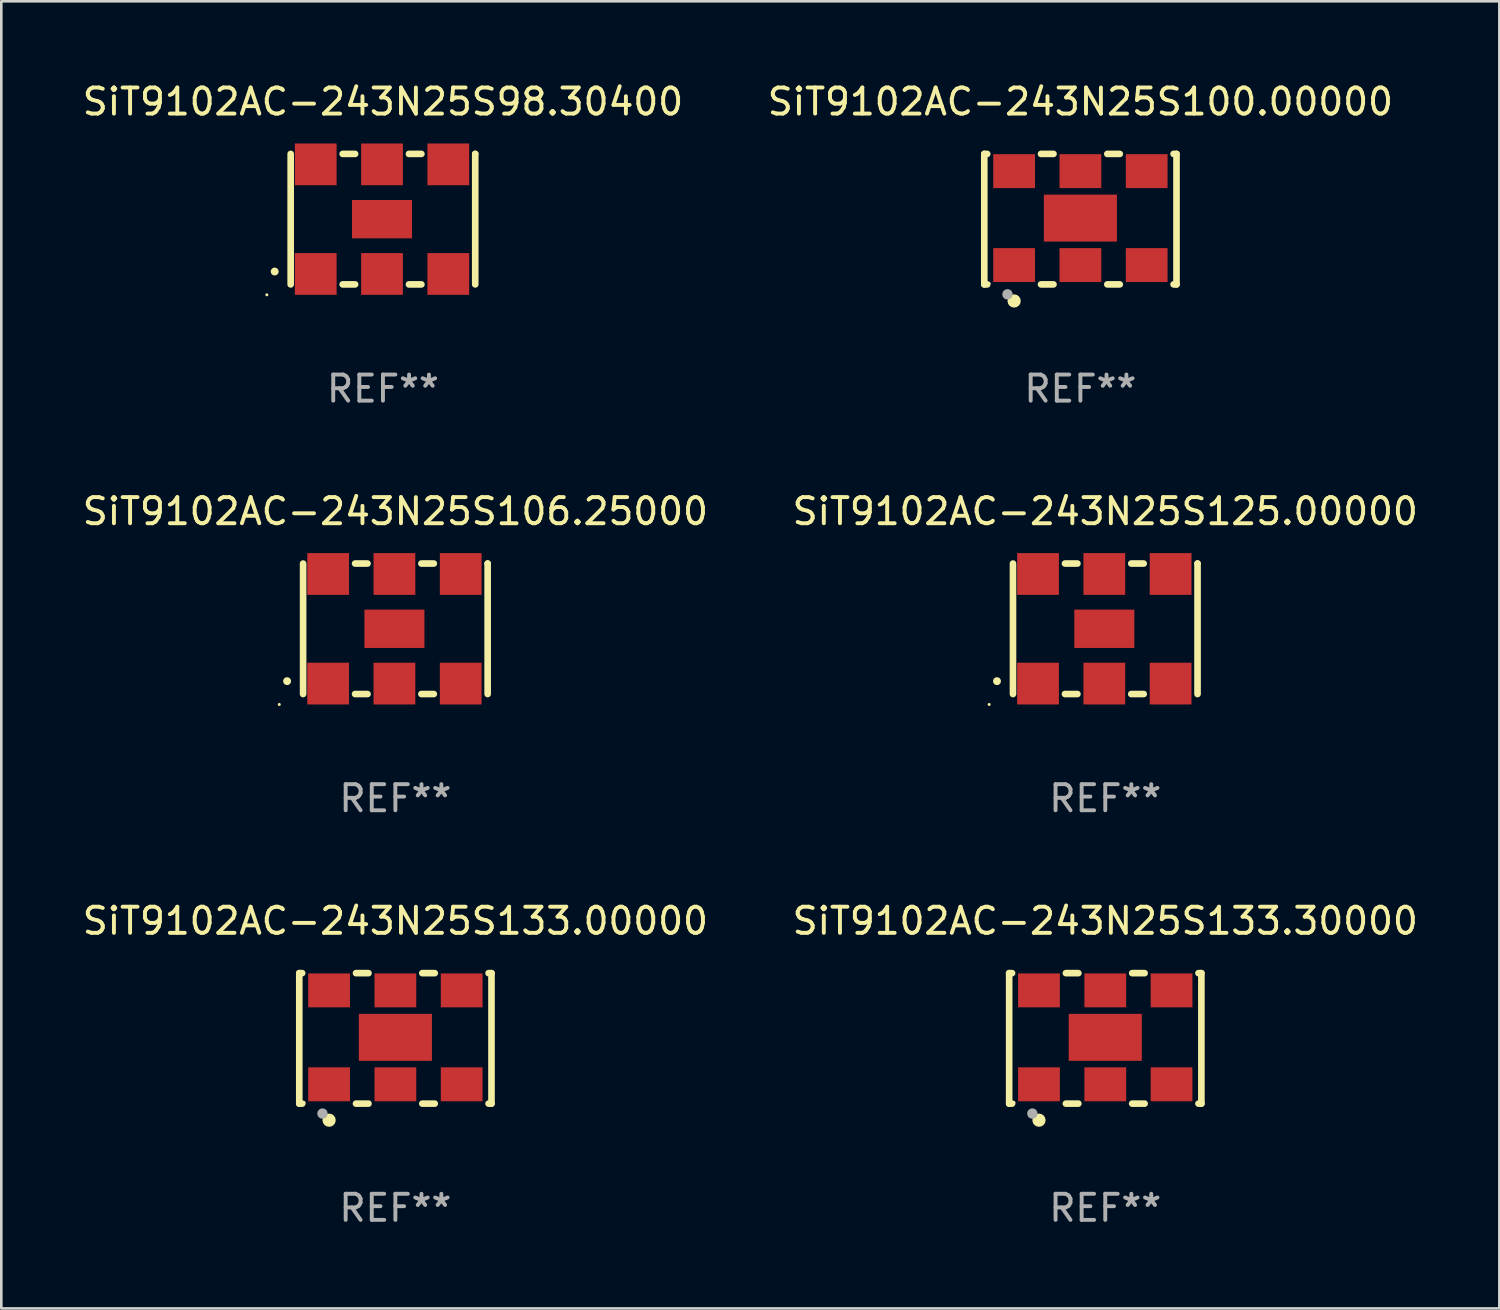
<source format=kicad_pcb>
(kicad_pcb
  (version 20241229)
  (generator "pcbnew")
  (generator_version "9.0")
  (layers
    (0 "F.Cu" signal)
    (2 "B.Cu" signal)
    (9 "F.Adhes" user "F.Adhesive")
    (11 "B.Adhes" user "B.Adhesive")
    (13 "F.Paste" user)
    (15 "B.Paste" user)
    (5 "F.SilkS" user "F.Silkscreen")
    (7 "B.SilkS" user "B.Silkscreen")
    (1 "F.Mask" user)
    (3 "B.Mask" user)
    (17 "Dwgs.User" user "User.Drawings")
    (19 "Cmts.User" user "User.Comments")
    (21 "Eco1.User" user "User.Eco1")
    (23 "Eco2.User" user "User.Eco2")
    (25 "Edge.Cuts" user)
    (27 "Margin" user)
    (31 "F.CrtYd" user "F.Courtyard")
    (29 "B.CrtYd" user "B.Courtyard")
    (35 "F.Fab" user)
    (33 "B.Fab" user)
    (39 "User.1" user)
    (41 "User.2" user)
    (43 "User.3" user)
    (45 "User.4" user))
  (footprint "SiT9102AC-243N25S100.00000"
    (layer "F.Cu")
    (at 38.351 5.348)
    (property "Reference" "SiT9102AC-243N25S100.00000" (at 0 -4.5 0) (layer "F.SilkS") (effects (font (size 1 1) (thickness 0.15))))
    (attr through_hole)
    (fp_line (start -3.683 -2.5) (end -3.571 -2.5) (stroke (width 0.254) (type solid)) (layer "F.SilkS"))
    (fp_line (start -3.683 2.5) (end -3.683 -2.5) (stroke (width 0.254) (type solid)) (layer "F.SilkS"))
    (fp_line (start -3.683 2.5) (end -3.571 2.5) (stroke (width 0.254) (type solid)) (layer "F.SilkS"))
    (fp_line (start -1.509 -2.5) (end -1.031 -2.5) (stroke (width 0.254) (type solid)) (layer "F.SilkS"))
    (fp_line (start -1.509 2.5) (end -1.031 2.5) (stroke (width 0.254) (type solid)) (layer "F.SilkS"))
    (fp_line (start 1.031 -2.5) (end 1.509 -2.5) (stroke (width 0.254) (type solid)) (layer "F.SilkS"))
    (fp_line (start 1.031 2.5) (end 1.509 2.5) (stroke (width 0.254) (type solid)) (layer "F.SilkS"))
    (fp_line (start 3.571 -2.5) (end 3.683 -2.5) (stroke (width 0.254) (type solid)) (layer "F.SilkS"))
    (fp_line (start 3.571 2.5) (end 3.683 2.5) (stroke (width 0.254) (type solid)) (layer "F.SilkS"))
    (fp_line (start 3.683 2.5) (end 3.683 -2.5) (stroke (width 0.254) (type solid)) (layer "F.SilkS"))
    (fp_circle (center -3.5 2.46) (end -3.47 2.46) (stroke (width 0.06) (type solid)) (fill no) (layer "F.SilkS"))
    (fp_circle (center -2.54 3.135) (end -2.413 3.135) (stroke (width 0.254) (type solid)) (fill no) (layer "F.SilkS"))
    (fp_circle (center -2.794 2.881) (end -2.694 2.881) (stroke (width 0.2) (type solid)) (fill no) (layer "F.Fab"))
    (fp_text user "REF**" (at 0 6.5 0) (layer "F.Fab") (effects (font (size 1 1) (thickness 0.15))))
    (pad "1" smd rect (at -2.54 1.76) (size 1.6 1.3) (layers "F.Cu" "F.Mask" "F.Paste"))
    (pad "2" smd rect (at 0 1.76) (size 1.6 1.3) (layers "F.Cu" "F.Mask" "F.Paste"))
    (pad "3" smd rect (at 2.54 1.76) (size 1.6 1.3) (layers "F.Cu" "F.Mask" "F.Paste"))
    (pad "4" smd rect (at 2.54 -1.84) (size 1.6 1.3) (layers "F.Cu" "F.Mask" "F.Paste"))
    (pad "5" smd rect (at 0 -1.84) (size 1.6 1.3) (layers "F.Cu" "F.Mask" "F.Paste"))
    (pad "6" smd rect (at -2.54 -1.84) (size 1.6 1.3) (layers "F.Cu" "F.Mask" "F.Paste"))
    (pad "7" smd rect (at 0 -0.04) (size 2.8 1.8) (layers "F.Cu" "F.Mask" "F.Paste")))
  (footprint "SiT9102AC-243N25S133.00000"
    (layer "F.Cu")
    (at 12.101 36.741)
    (property "Reference" "SiT9102AC-243N25S133.00000" (at 0 -4.5 0) (layer "F.SilkS") (effects (font (size 1 1) (thickness 0.15))))
    (attr through_hole)
    (fp_line (start -3.683 -2.5) (end -3.571 -2.5) (stroke (width 0.254) (type solid)) (layer "F.SilkS"))
    (fp_line (start -3.683 2.5) (end -3.683 -2.5) (stroke (width 0.254) (type solid)) (layer "F.SilkS"))
    (fp_line (start -3.683 2.5) (end -3.571 2.5) (stroke (width 0.254) (type solid)) (layer "F.SilkS"))
    (fp_line (start -1.509 -2.5) (end -1.031 -2.5) (stroke (width 0.254) (type solid)) (layer "F.SilkS"))
    (fp_line (start -1.509 2.5) (end -1.031 2.5) (stroke (width 0.254) (type solid)) (layer "F.SilkS"))
    (fp_line (start 1.031 -2.5) (end 1.509 -2.5) (stroke (width 0.254) (type solid)) (layer "F.SilkS"))
    (fp_line (start 1.031 2.5) (end 1.509 2.5) (stroke (width 0.254) (type solid)) (layer "F.SilkS"))
    (fp_line (start 3.571 -2.5) (end 3.683 -2.5) (stroke (width 0.254) (type solid)) (layer "F.SilkS"))
    (fp_line (start 3.571 2.5) (end 3.683 2.5) (stroke (width 0.254) (type solid)) (layer "F.SilkS"))
    (fp_line (start 3.683 2.5) (end 3.683 -2.5) (stroke (width 0.254) (type solid)) (layer "F.SilkS"))
    (fp_circle (center -3.5 2.46) (end -3.47 2.46) (stroke (width 0.06) (type solid)) (fill no) (layer "F.SilkS"))
    (fp_circle (center -2.54 3.135) (end -2.413 3.135) (stroke (width 0.254) (type solid)) (fill no) (layer "F.SilkS"))
    (fp_circle (center -2.794 2.881) (end -2.694 2.881) (stroke (width 0.2) (type solid)) (fill no) (layer "F.Fab"))
    (fp_text user "REF**" (at 0 6.5 0) (layer "F.Fab") (effects (font (size 1 1) (thickness 0.15))))
    (pad "1" smd rect (at -2.54 1.76) (size 1.6 1.3) (layers "F.Cu" "F.Mask" "F.Paste"))
    (pad "2" smd rect (at 0 1.76) (size 1.6 1.3) (layers "F.Cu" "F.Mask" "F.Paste"))
    (pad "3" smd rect (at 2.54 1.76) (size 1.6 1.3) (layers "F.Cu" "F.Mask" "F.Paste"))
    (pad "4" smd rect (at 2.54 -1.84) (size 1.6 1.3) (layers "F.Cu" "F.Mask" "F.Paste"))
    (pad "5" smd rect (at 0 -1.84) (size 1.6 1.3) (layers "F.Cu" "F.Mask" "F.Paste"))
    (pad "6" smd rect (at -2.54 -1.84) (size 1.6 1.3) (layers "F.Cu" "F.Mask" "F.Paste"))
    (pad "7" smd rect (at 0 -0.04) (size 2.8 1.8) (layers "F.Cu" "F.Mask" "F.Paste")))
  (footprint "SiT9102AC-243N25S106.25000"
    (layer "F.Cu")
    (at 12.101 21.045)
    (property "Reference" "SiT9102AC-243N25S106.25000" (at 0 -4.5 0) (layer "F.SilkS") (effects (font (size 1 1) (thickness 0.15))))
    (attr through_hole)
    (fp_line (start -3.536 -2.5) (end -3.536 2.5) (stroke (width 0.254) (type solid)) (layer "F.SilkS"))
    (fp_line (start -1.544 2.5) (end -1.067 2.5) (stroke (width 0.254) (type solid)) (layer "F.SilkS"))
    (fp_line (start -1.067 -2.5) (end -1.544 -2.5) (stroke (width 0.254) (type solid)) (layer "F.SilkS"))
    (fp_line (start 0.996 2.5) (end 1.473 2.5) (stroke (width 0.254) (type solid)) (layer "F.SilkS"))
    (fp_line (start 1.473 -2.5) (end 0.996 -2.5) (stroke (width 0.254) (type solid)) (layer "F.SilkS"))
    (fp_line (start 3.536 -2.5) (end 3.536 -2.5) (stroke (width 0.254) (type solid)) (layer "F.SilkS"))
    (fp_line (start 3.536 2.5) (end 3.536 -2.5) (stroke (width 0.254) (type solid)) (layer "F.SilkS"))
    (fp_arc (start -4.150432 2.006604) (mid -4.149162 2.006599) (end -4.147892 2.006604) (stroke (width 0.3) (type solid)) (layer "F.SilkS"))
    (fp_circle (center -4.449 2.9) (end -4.419 2.9) (stroke (width 0.06) (type solid)) (fill no) (layer "F.SilkS"))
    (fp_text user "REF**" (at 0 6.5 0) (layer "F.Fab") (effects (font (size 1 1) (thickness 0.15))))
    (pad "1" smd rect (at -2.576 2.1) (size 1.6 1.6) (layers "F.Cu" "F.Mask" "F.Paste"))
    (pad "2" smd rect (at -0.036 2.1) (size 1.6 1.6) (layers "F.Cu" "F.Mask" "F.Paste"))
    (pad "3" smd rect (at 2.504 2.1) (size 1.6 1.6) (layers "F.Cu" "F.Mask" "F.Paste"))
    (pad "4" smd rect (at 2.504 -2.1) (size 1.6 1.6) (layers "F.Cu" "F.Mask" "F.Paste"))
    (pad "5" smd rect (at -0.036 -2.1) (size 1.6 1.6) (layers "F.Cu" "F.Mask" "F.Paste"))
    (pad "6" smd rect (at -2.576 -2.1) (size 1.6 1.6) (layers "F.Cu" "F.Mask" "F.Paste"))
    (pad "7" smd rect (at -0.036 0) (size 2.3 1.47) (layers "F.Cu" "F.Mask" "F.Paste")))
  (footprint "SiT9102AC-243N25S133.30000"
    (layer "F.Cu")
    (at 39.304 36.741)
    (property "Reference" "SiT9102AC-243N25S133.30000" (at 0 -4.5 0) (layer "F.SilkS") (effects (font (size 1 1) (thickness 0.15))))
    (attr through_hole)
    (fp_line (start -3.683 -2.5) (end -3.571 -2.5) (stroke (width 0.254) (type solid)) (layer "F.SilkS"))
    (fp_line (start -3.683 2.5) (end -3.683 -2.5) (stroke (width 0.254) (type solid)) (layer "F.SilkS"))
    (fp_line (start -3.683 2.5) (end -3.571 2.5) (stroke (width 0.254) (type solid)) (layer "F.SilkS"))
    (fp_line (start -1.509 -2.5) (end -1.031 -2.5) (stroke (width 0.254) (type solid)) (layer "F.SilkS"))
    (fp_line (start -1.509 2.5) (end -1.031 2.5) (stroke (width 0.254) (type solid)) (layer "F.SilkS"))
    (fp_line (start 1.031 -2.5) (end 1.509 -2.5) (stroke (width 0.254) (type solid)) (layer "F.SilkS"))
    (fp_line (start 1.031 2.5) (end 1.509 2.5) (stroke (width 0.254) (type solid)) (layer "F.SilkS"))
    (fp_line (start 3.571 -2.5) (end 3.683 -2.5) (stroke (width 0.254) (type solid)) (layer "F.SilkS"))
    (fp_line (start 3.571 2.5) (end 3.683 2.5) (stroke (width 0.254) (type solid)) (layer "F.SilkS"))
    (fp_line (start 3.683 2.5) (end 3.683 -2.5) (stroke (width 0.254) (type solid)) (layer "F.SilkS"))
    (fp_circle (center -3.5 2.46) (end -3.47 2.46) (stroke (width 0.06) (type solid)) (fill no) (layer "F.SilkS"))
    (fp_circle (center -2.54 3.135) (end -2.413 3.135) (stroke (width 0.254) (type solid)) (fill no) (layer "F.SilkS"))
    (fp_circle (center -2.794 2.881) (end -2.694 2.881) (stroke (width 0.2) (type solid)) (fill no) (layer "F.Fab"))
    (fp_text user "REF**" (at 0 6.5 0) (layer "F.Fab") (effects (font (size 1 1) (thickness 0.15))))
    (pad "1" smd rect (at -2.54 1.76) (size 1.6 1.3) (layers "F.Cu" "F.Mask" "F.Paste"))
    (pad "2" smd rect (at 0 1.76) (size 1.6 1.3) (layers "F.Cu" "F.Mask" "F.Paste"))
    (pad "3" smd rect (at 2.54 1.76) (size 1.6 1.3) (layers "F.Cu" "F.Mask" "F.Paste"))
    (pad "4" smd rect (at 2.54 -1.84) (size 1.6 1.3) (layers "F.Cu" "F.Mask" "F.Paste"))
    (pad "5" smd rect (at 0 -1.84) (size 1.6 1.3) (layers "F.Cu" "F.Mask" "F.Paste"))
    (pad "6" smd rect (at -2.54 -1.84) (size 1.6 1.3) (layers "F.Cu" "F.Mask" "F.Paste"))
    (pad "7" smd rect (at 0 -0.04) (size 2.8 1.8) (layers "F.Cu" "F.Mask" "F.Paste")))
  (footprint "SiT9102AC-243N25S125.00000"
    (layer "F.Cu")
    (at 39.304 21.045)
    (property "Reference" "SiT9102AC-243N25S125.00000" (at 0 -4.5 0) (layer "F.SilkS") (effects (font (size 1 1) (thickness 0.15))))
    (attr through_hole)
    (fp_line (start -3.536 -2.5) (end -3.536 2.5) (stroke (width 0.254) (type solid)) (layer "F.SilkS"))
    (fp_line (start -1.544 2.5) (end -1.067 2.5) (stroke (width 0.254) (type solid)) (layer "F.SilkS"))
    (fp_line (start -1.067 -2.5) (end -1.544 -2.5) (stroke (width 0.254) (type solid)) (layer "F.SilkS"))
    (fp_line (start 0.996 2.5) (end 1.473 2.5) (stroke (width 0.254) (type solid)) (layer "F.SilkS"))
    (fp_line (start 1.473 -2.5) (end 0.996 -2.5) (stroke (width 0.254) (type solid)) (layer "F.SilkS"))
    (fp_line (start 3.536 -2.5) (end 3.536 -2.5) (stroke (width 0.254) (type solid)) (layer "F.SilkS"))
    (fp_line (start 3.536 2.5) (end 3.536 -2.5) (stroke (width 0.254) (type solid)) (layer "F.SilkS"))
    (fp_arc (start -4.150432 2.006604) (mid -4.149162 2.006599) (end -4.147892 2.006604) (stroke (width 0.3) (type solid)) (layer "F.SilkS"))
    (fp_circle (center -4.449 2.9) (end -4.419 2.9) (stroke (width 0.06) (type solid)) (fill no) (layer "F.SilkS"))
    (fp_text user "REF**" (at 0 6.5 0) (layer "F.Fab") (effects (font (size 1 1) (thickness 0.15))))
    (pad "1" smd rect (at -2.576 2.1) (size 1.6 1.6) (layers "F.Cu" "F.Mask" "F.Paste"))
    (pad "2" smd rect (at -0.036 2.1) (size 1.6 1.6) (layers "F.Cu" "F.Mask" "F.Paste"))
    (pad "3" smd rect (at 2.504 2.1) (size 1.6 1.6) (layers "F.Cu" "F.Mask" "F.Paste"))
    (pad "4" smd rect (at 2.504 -2.1) (size 1.6 1.6) (layers "F.Cu" "F.Mask" "F.Paste"))
    (pad "5" smd rect (at -0.036 -2.1) (size 1.6 1.6) (layers "F.Cu" "F.Mask" "F.Paste"))
    (pad "6" smd rect (at -2.576 -2.1) (size 1.6 1.6) (layers "F.Cu" "F.Mask" "F.Paste"))
    (pad "7" smd rect (at -0.036 0) (size 2.3 1.47) (layers "F.Cu" "F.Mask" "F.Paste")))
  (footprint "SiT9102AC-243N25S98.30400"
    (layer "F.Cu")
    (at 11.625 5.348)
    (property "Reference" "SiT9102AC-243N25S98.30400" (at 0 -4.5 0) (layer "F.SilkS") (effects (font (size 1 1) (thickness 0.15))))
    (attr through_hole)
    (fp_line (start -3.536 -2.5) (end -3.536 2.5) (stroke (width 0.254) (type solid)) (layer "F.SilkS"))
    (fp_line (start -1.544 2.5) (end -1.067 2.5) (stroke (width 0.254) (type solid)) (layer "F.SilkS"))
    (fp_line (start -1.067 -2.5) (end -1.544 -2.5) (stroke (width 0.254) (type solid)) (layer "F.SilkS"))
    (fp_line (start 0.996 2.5) (end 1.473 2.5) (stroke (width 0.254) (type solid)) (layer "F.SilkS"))
    (fp_line (start 1.473 -2.5) (end 0.996 -2.5) (stroke (width 0.254) (type solid)) (layer "F.SilkS"))
    (fp_line (start 3.536 -2.5) (end 3.536 -2.5) (stroke (width 0.254) (type solid)) (layer "F.SilkS"))
    (fp_line (start 3.536 2.5) (end 3.536 -2.5) (stroke (width 0.254) (type solid)) (layer "F.SilkS"))
    (fp_arc (start -4.150432 2.006604) (mid -4.149162 2.006599) (end -4.147892 2.006604) (stroke (width 0.3) (type solid)) (layer "F.SilkS"))
    (fp_circle (center -4.449 2.9) (end -4.419 2.9) (stroke (width 0.06) (type solid)) (fill no) (layer "F.SilkS"))
    (fp_text user "REF**" (at 0 6.5 0) (layer "F.Fab") (effects (font (size 1 1) (thickness 0.15))))
    (pad "1" smd rect (at -2.576 2.1) (size 1.6 1.6) (layers "F.Cu" "F.Mask" "F.Paste"))
    (pad "2" smd rect (at -0.036 2.1) (size 1.6 1.6) (layers "F.Cu" "F.Mask" "F.Paste"))
    (pad "3" smd rect (at 2.504 2.1) (size 1.6 1.6) (layers "F.Cu" "F.Mask" "F.Paste"))
    (pad "4" smd rect (at 2.504 -2.1) (size 1.6 1.6) (layers "F.Cu" "F.Mask" "F.Paste"))
    (pad "5" smd rect (at -0.036 -2.1) (size 1.6 1.6) (layers "F.Cu" "F.Mask" "F.Paste"))
    (pad "6" smd rect (at -2.576 -2.1) (size 1.6 1.6) (layers "F.Cu" "F.Mask" "F.Paste"))
    (pad "7" smd rect (at -0.036 0) (size 2.3 1.47) (layers "F.Cu" "F.Mask" "F.Paste")))
  (gr_rect
    (start -3 -3)
    (end 54.405 47.09)
    (stroke (width 0.1) (type default))
    (fill no)
    (layer "Edge.Cuts")))
</source>
